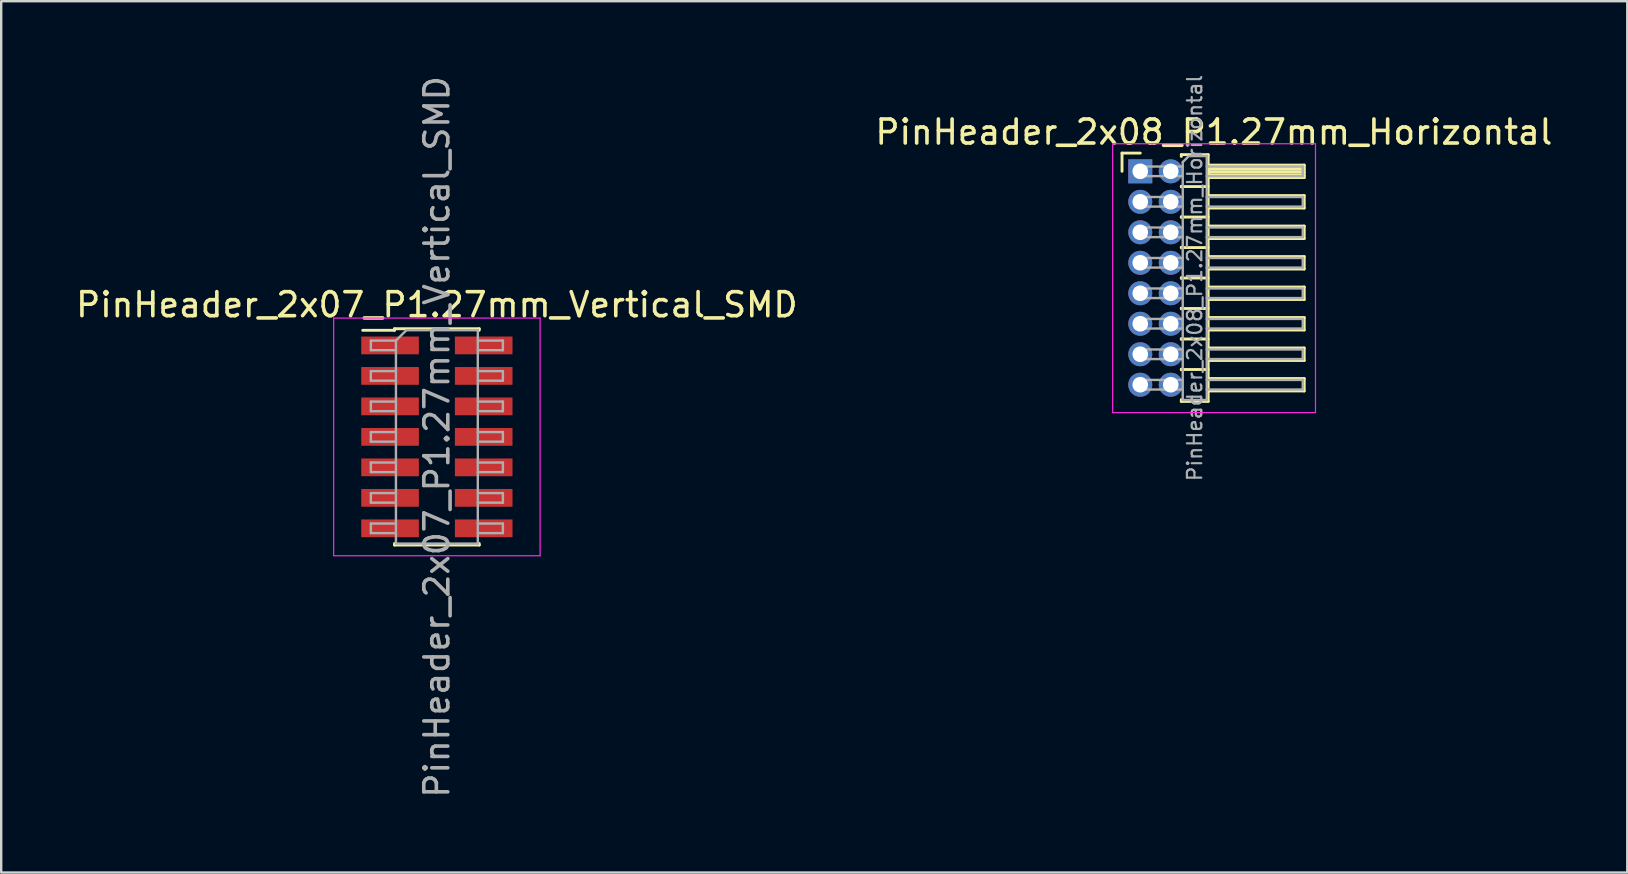
<source format=kicad_pcb>
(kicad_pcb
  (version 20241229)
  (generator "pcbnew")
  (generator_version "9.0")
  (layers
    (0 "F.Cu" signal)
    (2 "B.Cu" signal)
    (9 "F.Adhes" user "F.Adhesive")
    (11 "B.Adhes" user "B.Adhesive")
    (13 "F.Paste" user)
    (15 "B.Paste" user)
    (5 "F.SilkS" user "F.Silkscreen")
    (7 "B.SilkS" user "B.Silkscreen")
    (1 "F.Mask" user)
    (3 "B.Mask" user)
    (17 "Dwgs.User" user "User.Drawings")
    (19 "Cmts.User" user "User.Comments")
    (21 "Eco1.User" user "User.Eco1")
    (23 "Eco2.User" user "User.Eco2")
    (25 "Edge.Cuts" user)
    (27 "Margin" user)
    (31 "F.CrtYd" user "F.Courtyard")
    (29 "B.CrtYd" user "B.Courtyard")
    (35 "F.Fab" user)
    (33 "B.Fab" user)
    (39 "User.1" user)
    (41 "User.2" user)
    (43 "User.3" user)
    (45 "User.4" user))
  (footprint "PinHeader_2x07_P1.27mm_Vertical_SMD"
    (layer "F.Cu")
    (at 15.149 15.149)
    (property "Reference" "PinHeader_2x07_P1.27mm_Vertical_SMD" (at 0 -5.505 0) (layer "F.SilkS") (effects (font (size 1 1) (thickness 0.15))))
    (attr smd)
    (fp_line (start -3.09 -4.44) (end -1.765 -4.44) (stroke (width 0.12) (type solid)) (layer "F.SilkS"))
    (fp_line (start -1.765 -4.505) (end -1.765 -4.44) (stroke (width 0.12) (type solid)) (layer "F.SilkS"))
    (fp_line (start -1.765 -4.505) (end 1.765 -4.505) (stroke (width 0.12) (type solid)) (layer "F.SilkS"))
    (fp_line (start -1.765 4.44) (end -1.765 4.505) (stroke (width 0.12) (type solid)) (layer "F.SilkS"))
    (fp_line (start -1.765 4.505) (end 1.765 4.505) (stroke (width 0.12) (type solid)) (layer "F.SilkS"))
    (fp_line (start 1.765 -4.505) (end 1.765 -4.44) (stroke (width 0.12) (type solid)) (layer "F.SilkS"))
    (fp_line (start 1.765 4.44) (end 1.765 4.505) (stroke (width 0.12) (type solid)) (layer "F.SilkS"))
    (fp_line (start -4.3 -4.95) (end -4.3 4.95) (stroke (width 0.05) (type solid)) (layer "F.CrtYd"))
    (fp_line (start -4.3 4.95) (end 4.3 4.95) (stroke (width 0.05) (type solid)) (layer "F.CrtYd"))
    (fp_line (start 4.3 -4.95) (end -4.3 -4.95) (stroke (width 0.05) (type solid)) (layer "F.CrtYd"))
    (fp_line (start 4.3 4.95) (end 4.3 -4.95) (stroke (width 0.05) (type solid)) (layer "F.CrtYd"))
    (fp_line (start -2.75 -4.01) (end -2.75 -3.61) (stroke (width 0.1) (type solid)) (layer "F.Fab"))
    (fp_line (start -2.75 -3.61) (end -1.705 -3.61) (stroke (width 0.1) (type solid)) (layer "F.Fab"))
    (fp_line (start -2.75 -2.74) (end -2.75 -2.34) (stroke (width 0.1) (type solid)) (layer "F.Fab"))
    (fp_line (start -2.75 -2.34) (end -1.705 -2.34) (stroke (width 0.1) (type solid)) (layer "F.Fab"))
    (fp_line (start -2.75 -1.47) (end -2.75 -1.07) (stroke (width 0.1) (type solid)) (layer "F.Fab"))
    (fp_line (start -2.75 -1.07) (end -1.705 -1.07) (stroke (width 0.1) (type solid)) (layer "F.Fab"))
    (fp_line (start -2.75 -0.2) (end -2.75 0.2) (stroke (width 0.1) (type solid)) (layer "F.Fab"))
    (fp_line (start -2.75 0.2) (end -1.705 0.2) (stroke (width 0.1) (type solid)) (layer "F.Fab"))
    (fp_line (start -2.75 1.07) (end -2.75 1.47) (stroke (width 0.1) (type solid)) (layer "F.Fab"))
    (fp_line (start -2.75 1.47) (end -1.705 1.47) (stroke (width 0.1) (type solid)) (layer "F.Fab"))
    (fp_line (start -2.75 2.34) (end -2.75 2.74) (stroke (width 0.1) (type solid)) (layer "F.Fab"))
    (fp_line (start -2.75 2.74) (end -1.705 2.74) (stroke (width 0.1) (type solid)) (layer "F.Fab"))
    (fp_line (start -2.75 3.61) (end -2.75 4.01) (stroke (width 0.1) (type solid)) (layer "F.Fab"))
    (fp_line (start -2.75 4.01) (end -1.705 4.01) (stroke (width 0.1) (type solid)) (layer "F.Fab"))
    (fp_line (start -1.705 -4.01) (end -2.75 -4.01) (stroke (width 0.1) (type solid)) (layer "F.Fab"))
    (fp_line (start -1.705 -4.01) (end -1.27 -4.445) (stroke (width 0.1) (type solid)) (layer "F.Fab"))
    (fp_line (start -1.705 -2.74) (end -2.75 -2.74) (stroke (width 0.1) (type solid)) (layer "F.Fab"))
    (fp_line (start -1.705 -1.47) (end -2.75 -1.47) (stroke (width 0.1) (type solid)) (layer "F.Fab"))
    (fp_line (start -1.705 -0.2) (end -2.75 -0.2) (stroke (width 0.1) (type solid)) (layer "F.Fab"))
    (fp_line (start -1.705 1.07) (end -2.75 1.07) (stroke (width 0.1) (type solid)) (layer "F.Fab"))
    (fp_line (start -1.705 2.34) (end -2.75 2.34) (stroke (width 0.1) (type solid)) (layer "F.Fab"))
    (fp_line (start -1.705 3.61) (end -2.75 3.61) (stroke (width 0.1) (type solid)) (layer "F.Fab"))
    (fp_line (start -1.705 4.445) (end -1.705 -4.01) (stroke (width 0.1) (type solid)) (layer "F.Fab"))
    (fp_line (start -1.27 -4.445) (end 1.705 -4.445) (stroke (width 0.1) (type solid)) (layer "F.Fab"))
    (fp_line (start 1.705 -4.445) (end 1.705 4.445) (stroke (width 0.1) (type solid)) (layer "F.Fab"))
    (fp_line (start 1.705 -4.01) (end 2.75 -4.01) (stroke (width 0.1) (type solid)) (layer "F.Fab"))
    (fp_line (start 1.705 -2.74) (end 2.75 -2.74) (stroke (width 0.1) (type solid)) (layer "F.Fab"))
    (fp_line (start 1.705 -1.47) (end 2.75 -1.47) (stroke (width 0.1) (type solid)) (layer "F.Fab"))
    (fp_line (start 1.705 -0.2) (end 2.75 -0.2) (stroke (width 0.1) (type solid)) (layer "F.Fab"))
    (fp_line (start 1.705 1.07) (end 2.75 1.07) (stroke (width 0.1) (type solid)) (layer "F.Fab"))
    (fp_line (start 1.705 2.34) (end 2.75 2.34) (stroke (width 0.1) (type solid)) (layer "F.Fab"))
    (fp_line (start 1.705 3.61) (end 2.75 3.61) (stroke (width 0.1) (type solid)) (layer "F.Fab"))
    (fp_line (start 1.705 4.445) (end -1.705 4.445) (stroke (width 0.1) (type solid)) (layer "F.Fab"))
    (fp_line (start 2.75 -4.01) (end 2.75 -3.61) (stroke (width 0.1) (type solid)) (layer "F.Fab"))
    (fp_line (start 2.75 -3.61) (end 1.705 -3.61) (stroke (width 0.1) (type solid)) (layer "F.Fab"))
    (fp_line (start 2.75 -2.74) (end 2.75 -2.34) (stroke (width 0.1) (type solid)) (layer "F.Fab"))
    (fp_line (start 2.75 -2.34) (end 1.705 -2.34) (stroke (width 0.1) (type solid)) (layer "F.Fab"))
    (fp_line (start 2.75 -1.47) (end 2.75 -1.07) (stroke (width 0.1) (type solid)) (layer "F.Fab"))
    (fp_line (start 2.75 -1.07) (end 1.705 -1.07) (stroke (width 0.1) (type solid)) (layer "F.Fab"))
    (fp_line (start 2.75 -0.2) (end 2.75 0.2) (stroke (width 0.1) (type solid)) (layer "F.Fab"))
    (fp_line (start 2.75 0.2) (end 1.705 0.2) (stroke (width 0.1) (type solid)) (layer "F.Fab"))
    (fp_line (start 2.75 1.07) (end 2.75 1.47) (stroke (width 0.1) (type solid)) (layer "F.Fab"))
    (fp_line (start 2.75 1.47) (end 1.705 1.47) (stroke (width 0.1) (type solid)) (layer "F.Fab"))
    (fp_line (start 2.75 2.34) (end 2.75 2.74) (stroke (width 0.1) (type solid)) (layer "F.Fab"))
    (fp_line (start 2.75 2.74) (end 1.705 2.74) (stroke (width 0.1) (type solid)) (layer "F.Fab"))
    (fp_line (start 2.75 3.61) (end 2.75 4.01) (stroke (width 0.1) (type solid)) (layer "F.Fab"))
    (fp_line (start 2.75 4.01) (end 1.705 4.01) (stroke (width 0.1) (type solid)) (layer "F.Fab"))
    (fp_text user "${REFERENCE}" (at 0 0 90) (layer "F.Fab") (effects (font (size 1 1) (thickness 0.15))))
    (pad "1" smd rect (at -1.95 -3.81) (size 2.4 0.74) (layers "F.Cu" "F.Mask" "F.Paste"))
    (pad "2" smd rect (at 1.95 -3.81) (size 2.4 0.74) (layers "F.Cu" "F.Mask" "F.Paste"))
    (pad "3" smd rect (at -1.95 -2.54) (size 2.4 0.74) (layers "F.Cu" "F.Mask" "F.Paste"))
    (pad "4" smd rect (at 1.95 -2.54) (size 2.4 0.74) (layers "F.Cu" "F.Mask" "F.Paste"))
    (pad "5" smd rect (at -1.95 -1.27) (size 2.4 0.74) (layers "F.Cu" "F.Mask" "F.Paste"))
    (pad "6" smd rect (at 1.95 -1.27) (size 2.4 0.74) (layers "F.Cu" "F.Mask" "F.Paste"))
    (pad "7" smd rect (at -1.95 0) (size 2.4 0.74) (layers "F.Cu" "F.Mask" "F.Paste"))
    (pad "8" smd rect (at 1.95 0) (size 2.4 0.74) (layers "F.Cu" "F.Mask" "F.Paste"))
    (pad "9" smd rect (at -1.95 1.27) (size 2.4 0.74) (layers "F.Cu" "F.Mask" "F.Paste"))
    (pad "10" smd rect (at 1.95 1.27) (size 2.4 0.74) (layers "F.Cu" "F.Mask" "F.Paste"))
    (pad "11" smd rect (at -1.95 2.54) (size 2.4 0.74) (layers "F.Cu" "F.Mask" "F.Paste"))
    (pad "12" smd rect (at 1.95 2.54) (size 2.4 0.74) (layers "F.Cu" "F.Mask" "F.Paste"))
    (pad "13" smd rect (at -1.95 3.81) (size 2.4 0.74) (layers "F.Cu" "F.Mask" "F.Paste"))
    (pad "14" smd rect (at 1.95 3.81) (size 2.4 0.74) (layers "F.Cu" "F.Mask" "F.Paste")))
  (footprint "PinHeader_2x08_P1.27mm_Horizontal"
    (layer "F.Cu")
    (at 44.45 4.087)
    (property "Reference" "PinHeader_2x08_P1.27mm_Horizontal" (at 3.067 -1.635 0) (layer "F.SilkS") (effects (font (size 1 1) (thickness 0.15))))
    (attr through_hole)
    (fp_line (start -0.76 -0.76) (end 0 -0.76) (stroke (width 0.12) (type solid)) (layer "F.SilkS"))
    (fp_line (start -0.76 0) (end -0.76 -0.76) (stroke (width 0.12) (type solid)) (layer "F.SilkS"))
    (fp_line (start 1.71 -0.695) (end 2.83 -0.695) (stroke (width 0.12) (type solid)) (layer "F.SilkS"))
    (fp_line (start 1.71 -0.62) (end 1.71 -0.695) (stroke (width 0.12) (type solid)) (layer "F.SilkS"))
    (fp_line (start 1.71 0.62) (end 1.71 0.65) (stroke (width 0.12) (type solid)) (layer "F.SilkS"))
    (fp_line (start 1.71 0.635) (end 2.83 0.635) (stroke (width 0.12) (type solid)) (layer "F.SilkS"))
    (fp_line (start 1.71 1.89) (end 1.71 1.92) (stroke (width 0.12) (type solid)) (layer "F.SilkS"))
    (fp_line (start 1.71 1.905) (end 2.83 1.905) (stroke (width 0.12) (type solid)) (layer "F.SilkS"))
    (fp_line (start 1.71 3.16) (end 1.71 3.19) (stroke (width 0.12) (type solid)) (layer "F.SilkS"))
    (fp_line (start 1.71 3.175) (end 2.83 3.175) (stroke (width 0.12) (type solid)) (layer "F.SilkS"))
    (fp_line (start 1.71 4.43) (end 1.71 4.46) (stroke (width 0.12) (type solid)) (layer "F.SilkS"))
    (fp_line (start 1.71 4.445) (end 2.83 4.445) (stroke (width 0.12) (type solid)) (layer "F.SilkS"))
    (fp_line (start 1.71 5.7) (end 1.71 5.73) (stroke (width 0.12) (type solid)) (layer "F.SilkS"))
    (fp_line (start 1.71 5.715) (end 2.83 5.715) (stroke (width 0.12) (type solid)) (layer "F.SilkS"))
    (fp_line (start 1.71 6.97) (end 1.71 7) (stroke (width 0.12) (type solid)) (layer "F.SilkS"))
    (fp_line (start 1.71 6.985) (end 2.83 6.985) (stroke (width 0.12) (type solid)) (layer "F.SilkS"))
    (fp_line (start 1.71 8.24) (end 1.71 8.27) (stroke (width 0.12) (type solid)) (layer "F.SilkS"))
    (fp_line (start 1.71 8.255) (end 2.83 8.255) (stroke (width 0.12) (type solid)) (layer "F.SilkS"))
    (fp_line (start 1.71 9.585) (end 1.71 9.51) (stroke (width 0.12) (type solid)) (layer "F.SilkS"))
    (fp_line (start 2.83 -0.695) (end 2.83 9.585) (stroke (width 0.12) (type solid)) (layer "F.SilkS"))
    (fp_line (start 2.83 -0.26) (end 6.83 -0.26) (stroke (width 0.12) (type solid)) (layer "F.SilkS"))
    (fp_line (start 2.83 -0.2) (end 6.83 -0.2) (stroke (width 0.12) (type solid)) (layer "F.SilkS"))
    (fp_line (start 2.83 -0.08) (end 6.83 -0.08) (stroke (width 0.12) (type solid)) (layer "F.SilkS"))
    (fp_line (start 2.83 0.04) (end 6.83 0.04) (stroke (width 0.12) (type solid)) (layer "F.SilkS"))
    (fp_line (start 2.83 0.16) (end 6.83 0.16) (stroke (width 0.12) (type solid)) (layer "F.SilkS"))
    (fp_line (start 2.83 1.01) (end 6.83 1.01) (stroke (width 0.12) (type solid)) (layer "F.SilkS"))
    (fp_line (start 2.83 2.28) (end 6.83 2.28) (stroke (width 0.12) (type solid)) (layer "F.SilkS"))
    (fp_line (start 2.83 3.55) (end 6.83 3.55) (stroke (width 0.12) (type solid)) (layer "F.SilkS"))
    (fp_line (start 2.83 4.82) (end 6.83 4.82) (stroke (width 0.12) (type solid)) (layer "F.SilkS"))
    (fp_line (start 2.83 6.09) (end 6.83 6.09) (stroke (width 0.12) (type solid)) (layer "F.SilkS"))
    (fp_line (start 2.83 7.36) (end 6.83 7.36) (stroke (width 0.12) (type solid)) (layer "F.SilkS"))
    (fp_line (start 2.83 8.63) (end 6.83 8.63) (stroke (width 0.12) (type solid)) (layer "F.SilkS"))
    (fp_line (start 2.83 9.585) (end 1.71 9.585) (stroke (width 0.12) (type solid)) (layer "F.SilkS"))
    (fp_line (start 6.83 -0.26) (end 6.83 0.26) (stroke (width 0.12) (type solid)) (layer "F.SilkS"))
    (fp_line (start 6.83 0.26) (end 2.83 0.26) (stroke (width 0.12) (type solid)) (layer "F.SilkS"))
    (fp_line (start 6.83 1.01) (end 6.83 1.53) (stroke (width 0.12) (type solid)) (layer "F.SilkS"))
    (fp_line (start 6.83 1.53) (end 2.83 1.53) (stroke (width 0.12) (type solid)) (layer "F.SilkS"))
    (fp_line (start 6.83 2.28) (end 6.83 2.8) (stroke (width 0.12) (type solid)) (layer "F.SilkS"))
    (fp_line (start 6.83 2.8) (end 2.83 2.8) (stroke (width 0.12) (type solid)) (layer "F.SilkS"))
    (fp_line (start 6.83 3.55) (end 6.83 4.07) (stroke (width 0.12) (type solid)) (layer "F.SilkS"))
    (fp_line (start 6.83 4.07) (end 2.83 4.07) (stroke (width 0.12) (type solid)) (layer "F.SilkS"))
    (fp_line (start 6.83 4.82) (end 6.83 5.34) (stroke (width 0.12) (type solid)) (layer "F.SilkS"))
    (fp_line (start 6.83 5.34) (end 2.83 5.34) (stroke (width 0.12) (type solid)) (layer "F.SilkS"))
    (fp_line (start 6.83 6.09) (end 6.83 6.61) (stroke (width 0.12) (type solid)) (layer "F.SilkS"))
    (fp_line (start 6.83 6.61) (end 2.83 6.61) (stroke (width 0.12) (type solid)) (layer "F.SilkS"))
    (fp_line (start 6.83 7.36) (end 6.83 7.88) (stroke (width 0.12) (type solid)) (layer "F.SilkS"))
    (fp_line (start 6.83 7.88) (end 2.83 7.88) (stroke (width 0.12) (type solid)) (layer "F.SilkS"))
    (fp_line (start 6.83 8.63) (end 6.83 9.15) (stroke (width 0.12) (type solid)) (layer "F.SilkS"))
    (fp_line (start 6.83 9.15) (end 2.83 9.15) (stroke (width 0.12) (type solid)) (layer "F.SilkS"))
    (fp_line (start -1.15 -1.15) (end -1.15 10.05) (stroke (width 0.05) (type solid)) (layer "F.CrtYd"))
    (fp_line (start -1.15 10.05) (end 7.3 10.05) (stroke (width 0.05) (type solid)) (layer "F.CrtYd"))
    (fp_line (start 7.3 -1.15) (end -1.15 -1.15) (stroke (width 0.05) (type solid)) (layer "F.CrtYd"))
    (fp_line (start 7.3 10.05) (end 7.3 -1.15) (stroke (width 0.05) (type solid)) (layer "F.CrtYd"))
    (fp_line (start -0.2 -0.2) (end -0.2 0.2) (stroke (width 0.1) (type solid)) (layer "F.Fab"))
    (fp_line (start -0.2 -0.2) (end 1.77 -0.2) (stroke (width 0.1) (type solid)) (layer "F.Fab"))
    (fp_line (start -0.2 0.2) (end 1.77 0.2) (stroke (width 0.1) (type solid)) (layer "F.Fab"))
    (fp_line (start -0.2 1.07) (end -0.2 1.47) (stroke (width 0.1) (type solid)) (layer "F.Fab"))
    (fp_line (start -0.2 1.07) (end 1.77 1.07) (stroke (width 0.1) (type solid)) (layer "F.Fab"))
    (fp_line (start -0.2 1.47) (end 1.77 1.47) (stroke (width 0.1) (type solid)) (layer "F.Fab"))
    (fp_line (start -0.2 2.34) (end -0.2 2.74) (stroke (width 0.1) (type solid)) (layer "F.Fab"))
    (fp_line (start -0.2 2.34) (end 1.77 2.34) (stroke (width 0.1) (type solid)) (layer "F.Fab"))
    (fp_line (start -0.2 2.74) (end 1.77 2.74) (stroke (width 0.1) (type solid)) (layer "F.Fab"))
    (fp_line (start -0.2 3.61) (end -0.2 4.01) (stroke (width 0.1) (type solid)) (layer "F.Fab"))
    (fp_line (start -0.2 3.61) (end 1.77 3.61) (stroke (width 0.1) (type solid)) (layer "F.Fab"))
    (fp_line (start -0.2 4.01) (end 1.77 4.01) (stroke (width 0.1) (type solid)) (layer "F.Fab"))
    (fp_line (start -0.2 4.88) (end -0.2 5.28) (stroke (width 0.1) (type solid)) (layer "F.Fab"))
    (fp_line (start -0.2 4.88) (end 1.77 4.88) (stroke (width 0.1) (type solid)) (layer "F.Fab"))
    (fp_line (start -0.2 5.28) (end 1.77 5.28) (stroke (width 0.1) (type solid)) (layer "F.Fab"))
    (fp_line (start -0.2 6.15) (end -0.2 6.55) (stroke (width 0.1) (type solid)) (layer "F.Fab"))
    (fp_line (start -0.2 6.15) (end 1.77 6.15) (stroke (width 0.1) (type solid)) (layer "F.Fab"))
    (fp_line (start -0.2 6.55) (end 1.77 6.55) (stroke (width 0.1) (type solid)) (layer "F.Fab"))
    (fp_line (start -0.2 7.42) (end -0.2 7.82) (stroke (width 0.1) (type solid)) (layer "F.Fab"))
    (fp_line (start -0.2 7.42) (end 1.77 7.42) (stroke (width 0.1) (type solid)) (layer "F.Fab"))
    (fp_line (start -0.2 7.82) (end 1.77 7.82) (stroke (width 0.1) (type solid)) (layer "F.Fab"))
    (fp_line (start -0.2 8.69) (end -0.2 9.09) (stroke (width 0.1) (type solid)) (layer "F.Fab"))
    (fp_line (start -0.2 8.69) (end 1.77 8.69) (stroke (width 0.1) (type solid)) (layer "F.Fab"))
    (fp_line (start -0.2 9.09) (end 1.77 9.09) (stroke (width 0.1) (type solid)) (layer "F.Fab"))
    (fp_line (start 1.77 -0.385) (end 2.02 -0.635) (stroke (width 0.1) (type solid)) (layer "F.Fab"))
    (fp_line (start 1.77 9.525) (end 1.77 -0.385) (stroke (width 0.1) (type solid)) (layer "F.Fab"))
    (fp_line (start 2.02 -0.635) (end 2.77 -0.635) (stroke (width 0.1) (type solid)) (layer "F.Fab"))
    (fp_line (start 2.77 -0.635) (end 2.77 9.525) (stroke (width 0.1) (type solid)) (layer "F.Fab"))
    (fp_line (start 2.77 -0.2) (end 6.77 -0.2) (stroke (width 0.1) (type solid)) (layer "F.Fab"))
    (fp_line (start 2.77 0.2) (end 6.77 0.2) (stroke (width 0.1) (type solid)) (layer "F.Fab"))
    (fp_line (start 2.77 1.07) (end 6.77 1.07) (stroke (width 0.1) (type solid)) (layer "F.Fab"))
    (fp_line (start 2.77 1.47) (end 6.77 1.47) (stroke (width 0.1) (type solid)) (layer "F.Fab"))
    (fp_line (start 2.77 2.34) (end 6.77 2.34) (stroke (width 0.1) (type solid)) (layer "F.Fab"))
    (fp_line (start 2.77 2.74) (end 6.77 2.74) (stroke (width 0.1) (type solid)) (layer "F.Fab"))
    (fp_line (start 2.77 3.61) (end 6.77 3.61) (stroke (width 0.1) (type solid)) (layer "F.Fab"))
    (fp_line (start 2.77 4.01) (end 6.77 4.01) (stroke (width 0.1) (type solid)) (layer "F.Fab"))
    (fp_line (start 2.77 4.88) (end 6.77 4.88) (stroke (width 0.1) (type solid)) (layer "F.Fab"))
    (fp_line (start 2.77 5.28) (end 6.77 5.28) (stroke (width 0.1) (type solid)) (layer "F.Fab"))
    (fp_line (start 2.77 6.15) (end 6.77 6.15) (stroke (width 0.1) (type solid)) (layer "F.Fab"))
    (fp_line (start 2.77 6.55) (end 6.77 6.55) (stroke (width 0.1) (type solid)) (layer "F.Fab"))
    (fp_line (start 2.77 7.42) (end 6.77 7.42) (stroke (width 0.1) (type solid)) (layer "F.Fab"))
    (fp_line (start 2.77 7.82) (end 6.77 7.82) (stroke (width 0.1) (type solid)) (layer "F.Fab"))
    (fp_line (start 2.77 8.69) (end 6.77 8.69) (stroke (width 0.1) (type solid)) (layer "F.Fab"))
    (fp_line (start 2.77 9.09) (end 6.77 9.09) (stroke (width 0.1) (type solid)) (layer "F.Fab"))
    (fp_line (start 2.77 9.525) (end 1.77 9.525) (stroke (width 0.1) (type solid)) (layer "F.Fab"))
    (fp_line (start 6.77 -0.2) (end 6.77 0.2) (stroke (width 0.1) (type solid)) (layer "F.Fab"))
    (fp_line (start 6.77 1.07) (end 6.77 1.47) (stroke (width 0.1) (type solid)) (layer "F.Fab"))
    (fp_line (start 6.77 2.34) (end 6.77 2.74) (stroke (width 0.1) (type solid)) (layer "F.Fab"))
    (fp_line (start 6.77 3.61) (end 6.77 4.01) (stroke (width 0.1) (type solid)) (layer "F.Fab"))
    (fp_line (start 6.77 4.88) (end 6.77 5.28) (stroke (width 0.1) (type solid)) (layer "F.Fab"))
    (fp_line (start 6.77 6.15) (end 6.77 6.55) (stroke (width 0.1) (type solid)) (layer "F.Fab"))
    (fp_line (start 6.77 7.42) (end 6.77 7.82) (stroke (width 0.1) (type solid)) (layer "F.Fab"))
    (fp_line (start 6.77 8.69) (end 6.77 9.09) (stroke (width 0.1) (type solid)) (layer "F.Fab"))
    (fp_text user "${REFERENCE}" (at 2.27 4.445 90) (layer "F.Fab") (effects (font (size 0.6 0.6) (thickness 0.09))))
    (pad "1" thru_hole rect (at 0 0) (size 1 1) (drill 0.65) (layers "*.Cu" "*.Mask"))
    (pad "2" thru_hole oval (at 1.27 0) (size 1 1) (drill 0.65) (layers "*.Cu" "*.Mask"))
    (pad "3" thru_hole oval (at 0 1.27) (size 1 1) (drill 0.65) (layers "*.Cu" "*.Mask"))
    (pad "4" thru_hole oval (at 1.27 1.27) (size 1 1) (drill 0.65) (layers "*.Cu" "*.Mask"))
    (pad "5" thru_hole oval (at 0 2.54) (size 1 1) (drill 0.65) (layers "*.Cu" "*.Mask"))
    (pad "6" thru_hole oval (at 1.27 2.54) (size 1 1) (drill 0.65) (layers "*.Cu" "*.Mask"))
    (pad "7" thru_hole oval (at 0 3.81) (size 1 1) (drill 0.65) (layers "*.Cu" "*.Mask"))
    (pad "8" thru_hole oval (at 1.27 3.81) (size 1 1) (drill 0.65) (layers "*.Cu" "*.Mask"))
    (pad "9" thru_hole oval (at 0 5.08) (size 1 1) (drill 0.65) (layers "*.Cu" "*.Mask"))
    (pad "10" thru_hole oval (at 1.27 5.08) (size 1 1) (drill 0.65) (layers "*.Cu" "*.Mask"))
    (pad "11" thru_hole oval (at 0 6.35) (size 1 1) (drill 0.65) (layers "*.Cu" "*.Mask"))
    (pad "12" thru_hole oval (at 1.27 6.35) (size 1 1) (drill 0.65) (layers "*.Cu" "*.Mask"))
    (pad "13" thru_hole oval (at 0 7.62) (size 1 1) (drill 0.65) (layers "*.Cu" "*.Mask"))
    (pad "14" thru_hole oval (at 1.27 7.62) (size 1 1) (drill 0.65) (layers "*.Cu" "*.Mask"))
    (pad "15" thru_hole oval (at 0 8.89) (size 1 1) (drill 0.65) (layers "*.Cu" "*.Mask"))
    (pad "16" thru_hole oval (at 1.27 8.89) (size 1 1) (drill 0.65) (layers "*.Cu" "*.Mask")))
  (gr_rect
    (start -3 -3)
    (end 64.738 33.298)
    (stroke (width 0.1) (type default))
    (fill no)
    (layer "Edge.Cuts")))
</source>
